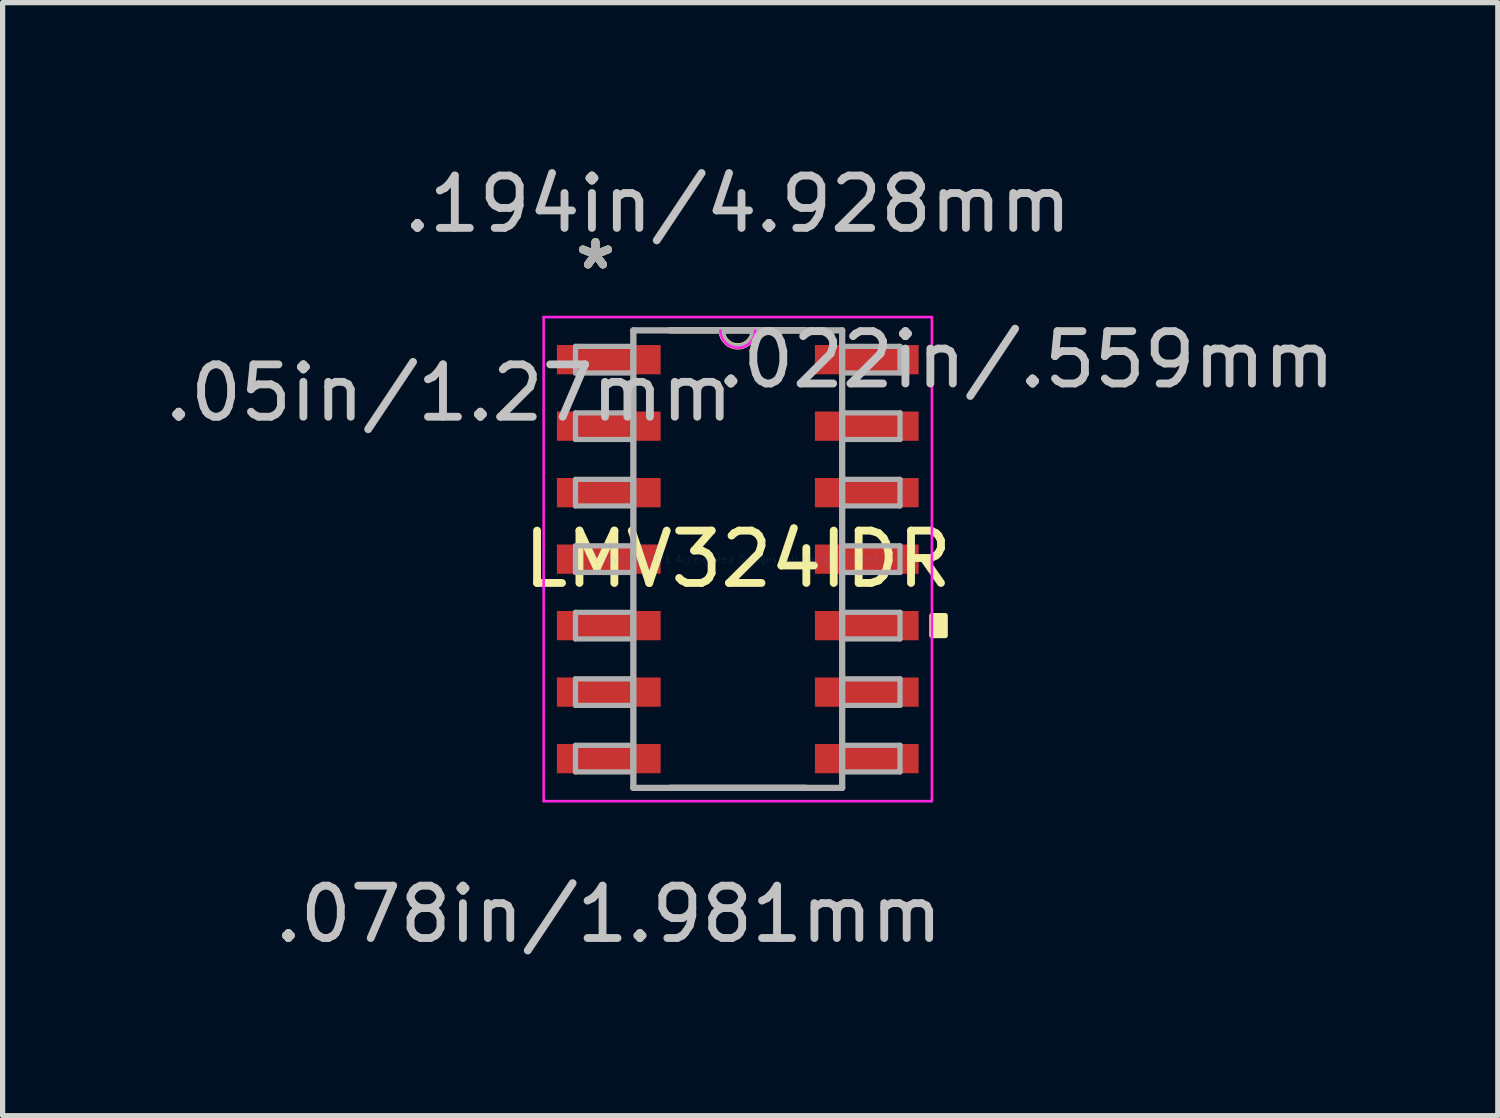
<source format=kicad_pcb>
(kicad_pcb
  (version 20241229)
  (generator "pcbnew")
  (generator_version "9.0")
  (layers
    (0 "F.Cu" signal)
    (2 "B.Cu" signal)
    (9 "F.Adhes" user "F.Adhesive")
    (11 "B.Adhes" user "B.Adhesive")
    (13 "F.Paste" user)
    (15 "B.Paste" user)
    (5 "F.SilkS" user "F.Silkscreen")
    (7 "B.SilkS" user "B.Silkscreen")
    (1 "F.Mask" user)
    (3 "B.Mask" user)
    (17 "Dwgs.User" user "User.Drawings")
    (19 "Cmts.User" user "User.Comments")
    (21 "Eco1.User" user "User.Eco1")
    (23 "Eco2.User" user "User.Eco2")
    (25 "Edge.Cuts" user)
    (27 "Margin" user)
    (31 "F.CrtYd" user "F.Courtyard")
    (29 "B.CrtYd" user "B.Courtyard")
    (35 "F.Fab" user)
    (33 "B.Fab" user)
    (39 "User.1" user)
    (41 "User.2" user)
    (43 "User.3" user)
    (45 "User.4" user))
  (footprint "LMV324IDR"
    (layer "F.Cu")
    (at 11.042 7.63)
    (property "Reference" "LMV324IDR" (at 0 0 0) (layer "F.SilkS") (effects (font (size 1 1) (thickness 0.15))))
    (attr through_hole)
    (fp_line (start -1.293 4.369) (end 1.293 4.369) (stroke (width 0.12) (type solid)) (layer "F.SilkS"))
    (fp_line (start 1.293 -4.369) (end -1.293 -4.369) (stroke (width 0.12) (type solid)) (layer "F.SilkS"))
    (fp_arc (start 0.3048 -4.3688) (mid 0 -4.064) (end -0.3048 -4.3688) (stroke (width 0.12) (type solid)) (layer "F.SilkS"))
    (fp_poly (pts (xy 3.962 1.079) (xy 3.962 1.46) (xy 3.708 1.46) (xy 3.708 1.079)) (stroke (width 0.1) (type solid)) (fill yes) (layer "F.SilkS"))
    (fp_line (start -3.708 -4.623) (end 3.708 -4.623) (stroke (width 0.05) (type solid)) (layer "F.CrtYd"))
    (fp_line (start -3.708 4.623) (end -3.708 -4.623) (stroke (width 0.05) (type solid)) (layer "F.CrtYd"))
    (fp_line (start 3.708 -4.623) (end 3.708 4.623) (stroke (width 0.05) (type solid)) (layer "F.CrtYd"))
    (fp_line (start 3.708 4.623) (end -3.708 4.623) (stroke (width 0.05) (type solid)) (layer "F.CrtYd"))
    (fp_arc (start 0.332317 -4.3688) (mid 0 -4.036483) (end -0.332317 -4.3688) (stroke (width 0.05) (type solid)) (layer "F.CrtYd"))
    (fp_line (start -3.099 -4.064) (end -3.099 -3.556) (stroke (width 0.1) (type solid)) (layer "F.Fab"))
    (fp_line (start -3.099 -3.556) (end -1.994 -3.556) (stroke (width 0.1) (type solid)) (layer "F.Fab"))
    (fp_line (start -3.099 -2.794) (end -3.099 -2.286) (stroke (width 0.1) (type solid)) (layer "F.Fab"))
    (fp_line (start -3.099 -2.286) (end -1.994 -2.286) (stroke (width 0.1) (type solid)) (layer "F.Fab"))
    (fp_line (start -3.099 -1.524) (end -3.099 -1.016) (stroke (width 0.1) (type solid)) (layer "F.Fab"))
    (fp_line (start -3.099 -1.016) (end -1.994 -1.016) (stroke (width 0.1) (type solid)) (layer "F.Fab"))
    (fp_line (start -3.099 -0.254) (end -3.099 0.254) (stroke (width 0.1) (type solid)) (layer "F.Fab"))
    (fp_line (start -3.099 0.254) (end -1.994 0.254) (stroke (width 0.1) (type solid)) (layer "F.Fab"))
    (fp_line (start -3.099 1.016) (end -3.099 1.524) (stroke (width 0.1) (type solid)) (layer "F.Fab"))
    (fp_line (start -3.099 1.524) (end -1.994 1.524) (stroke (width 0.1) (type solid)) (layer "F.Fab"))
    (fp_line (start -3.099 2.286) (end -3.099 2.794) (stroke (width 0.1) (type solid)) (layer "F.Fab"))
    (fp_line (start -3.099 2.794) (end -1.994 2.794) (stroke (width 0.1) (type solid)) (layer "F.Fab"))
    (fp_line (start -3.099 3.556) (end -3.099 4.064) (stroke (width 0.1) (type solid)) (layer "F.Fab"))
    (fp_line (start -3.099 4.064) (end -1.994 4.064) (stroke (width 0.1) (type solid)) (layer "F.Fab"))
    (fp_line (start -1.994 -4.369) (end -1.994 4.369) (stroke (width 0.1) (type solid)) (layer "F.Fab"))
    (fp_line (start -1.994 -4.369) (end 1.994 -4.369) (stroke (width 0.12) (type solid)) (layer "F.Fab"))
    (fp_line (start -1.994 -4.064) (end -3.099 -4.064) (stroke (width 0.1) (type solid)) (layer "F.Fab"))
    (fp_line (start -1.994 -3.556) (end -1.994 -4.064) (stroke (width 0.1) (type solid)) (layer "F.Fab"))
    (fp_line (start -1.994 -2.794) (end -3.099 -2.794) (stroke (width 0.1) (type solid)) (layer "F.Fab"))
    (fp_line (start -1.994 -2.286) (end -1.994 -2.794) (stroke (width 0.1) (type solid)) (layer "F.Fab"))
    (fp_line (start -1.994 -1.524) (end -3.099 -1.524) (stroke (width 0.1) (type solid)) (layer "F.Fab"))
    (fp_line (start -1.994 -1.016) (end -1.994 -1.524) (stroke (width 0.1) (type solid)) (layer "F.Fab"))
    (fp_line (start -1.994 -0.254) (end -3.099 -0.254) (stroke (width 0.1) (type solid)) (layer "F.Fab"))
    (fp_line (start -1.994 0.254) (end -1.994 -0.254) (stroke (width 0.1) (type solid)) (layer "F.Fab"))
    (fp_line (start -1.994 1.016) (end -3.099 1.016) (stroke (width 0.1) (type solid)) (layer "F.Fab"))
    (fp_line (start -1.994 1.524) (end -1.994 1.016) (stroke (width 0.1) (type solid)) (layer "F.Fab"))
    (fp_line (start -1.994 2.286) (end -3.099 2.286) (stroke (width 0.1) (type solid)) (layer "F.Fab"))
    (fp_line (start -1.994 2.794) (end -1.994 2.286) (stroke (width 0.1) (type solid)) (layer "F.Fab"))
    (fp_line (start -1.994 3.556) (end -3.099 3.556) (stroke (width 0.1) (type solid)) (layer "F.Fab"))
    (fp_line (start -1.994 4.064) (end -1.994 3.556) (stroke (width 0.1) (type solid)) (layer "F.Fab"))
    (fp_line (start -1.994 4.369) (end -1.994 -4.369) (stroke (width 0.12) (type solid)) (layer "F.Fab"))
    (fp_line (start -1.994 4.369) (end 1.994 4.369) (stroke (width 0.1) (type solid)) (layer "F.Fab"))
    (fp_line (start 1.994 -4.369) (end -1.994 -4.369) (stroke (width 0.1) (type solid)) (layer "F.Fab"))
    (fp_line (start 1.994 -4.369) (end 1.994 4.369) (stroke (width 0.12) (type solid)) (layer "F.Fab"))
    (fp_line (start 1.994 -4.064) (end 1.994 -3.556) (stroke (width 0.1) (type solid)) (layer "F.Fab"))
    (fp_line (start 1.994 -3.556) (end 3.099 -3.556) (stroke (width 0.1) (type solid)) (layer "F.Fab"))
    (fp_line (start 1.994 -2.794) (end 1.994 -2.286) (stroke (width 0.1) (type solid)) (layer "F.Fab"))
    (fp_line (start 1.994 -2.286) (end 3.099 -2.286) (stroke (width 0.1) (type solid)) (layer "F.Fab"))
    (fp_line (start 1.994 -1.524) (end 1.994 -1.016) (stroke (width 0.1) (type solid)) (layer "F.Fab"))
    (fp_line (start 1.994 -1.016) (end 3.099 -1.016) (stroke (width 0.1) (type solid)) (layer "F.Fab"))
    (fp_line (start 1.994 -0.254) (end 1.994 0.254) (stroke (width 0.1) (type solid)) (layer "F.Fab"))
    (fp_line (start 1.994 0.254) (end 3.099 0.254) (stroke (width 0.1) (type solid)) (layer "F.Fab"))
    (fp_line (start 1.994 1.016) (end 1.994 1.524) (stroke (width 0.1) (type solid)) (layer "F.Fab"))
    (fp_line (start 1.994 1.524) (end 3.099 1.524) (stroke (width 0.1) (type solid)) (layer "F.Fab"))
    (fp_line (start 1.994 2.286) (end 1.994 2.794) (stroke (width 0.1) (type solid)) (layer "F.Fab"))
    (fp_line (start 1.994 2.794) (end 3.099 2.794) (stroke (width 0.1) (type solid)) (layer "F.Fab"))
    (fp_line (start 1.994 3.556) (end 1.994 4.064) (stroke (width 0.1) (type solid)) (layer "F.Fab"))
    (fp_line (start 1.994 4.064) (end 3.099 4.064) (stroke (width 0.1) (type solid)) (layer "F.Fab"))
    (fp_line (start 1.994 4.369) (end -1.994 4.369) (stroke (width 0.12) (type solid)) (layer "F.Fab"))
    (fp_line (start 1.994 4.369) (end 1.994 -4.369) (stroke (width 0.1) (type solid)) (layer "F.Fab"))
    (fp_line (start 3.099 -4.064) (end 1.994 -4.064) (stroke (width 0.1) (type solid)) (layer "F.Fab"))
    (fp_line (start 3.099 -3.556) (end 3.099 -4.064) (stroke (width 0.1) (type solid)) (layer "F.Fab"))
    (fp_line (start 3.099 -2.794) (end 1.994 -2.794) (stroke (width 0.1) (type solid)) (layer "F.Fab"))
    (fp_line (start 3.099 -2.286) (end 3.099 -2.794) (stroke (width 0.1) (type solid)) (layer "F.Fab"))
    (fp_line (start 3.099 -1.524) (end 1.994 -1.524) (stroke (width 0.1) (type solid)) (layer "F.Fab"))
    (fp_line (start 3.099 -1.016) (end 3.099 -1.524) (stroke (width 0.1) (type solid)) (layer "F.Fab"))
    (fp_line (start 3.099 -0.254) (end 1.994 -0.254) (stroke (width 0.1) (type solid)) (layer "F.Fab"))
    (fp_line (start 3.099 0.254) (end 3.099 -0.254) (stroke (width 0.1) (type solid)) (layer "F.Fab"))
    (fp_line (start 3.099 1.016) (end 1.994 1.016) (stroke (width 0.1) (type solid)) (layer "F.Fab"))
    (fp_line (start 3.099 1.524) (end 3.099 1.016) (stroke (width 0.1) (type solid)) (layer "F.Fab"))
    (fp_line (start 3.099 2.286) (end 1.994 2.286) (stroke (width 0.1) (type solid)) (layer "F.Fab"))
    (fp_line (start 3.099 2.794) (end 3.099 2.286) (stroke (width 0.1) (type solid)) (layer "F.Fab"))
    (fp_line (start 3.099 3.556) (end 1.994 3.556) (stroke (width 0.1) (type solid)) (layer "F.Fab"))
    (fp_line (start 3.099 4.064) (end 3.099 3.556) (stroke (width 0.1) (type solid)) (layer "F.Fab"))
    (fp_arc (start 0.3048 -4.3688) (mid 0 -4.064) (end -0.3048 -4.3688) (stroke (width 0.1) (type solid)) (layer "F.Fab"))
    (fp_text user "*" (at -2.718 -5.512 0) (layer "F.SilkS") (effects (font (size 1 1) (thickness 0.15))))
    (fp_text user "*" (at -2.718 -5.512 0) (layer "F.SilkS") (effects (font (size 1 1) (thickness 0.15))))
    (fp_text user ".078in/1.981mm" (at -2.464 6.782 0) (layer "Dwgs.User") (effects (font (size 1 1) (thickness 0.15))))
    (fp_text user ".194in/4.928mm" (at 0 -6.782 0) (layer "Dwgs.User") (effects (font (size 1 1) (thickness 0.15))))
    (fp_text user ".022in/.559mm" (at 5.512 -3.81 0) (layer "Dwgs.User") (effects (font (size 1 1) (thickness 0.15))))
    (fp_text user ".05in/1.27mm" (at -5.512 -3.175 0) (layer "Dwgs.User") (effects (font (size 1 1) (thickness 0.15))))
    (fp_text user "Copyright 2021 Accelerated Designs. All rights reserved." (at 0 0 0) (layer "Cmts.User") (effects (font (size 0.127 0.127) (thickness 0.002))))
    (fp_text user "*" (at -2.718 -5.512 0) (layer "F.Fab") (effects (font (size 1 1) (thickness 0.15))))
    (fp_text user "*" (at -2.718 -5.512 0) (layer "F.Fab") (effects (font (size 1 1) (thickness 0.15))))
    (pad "1" smd rect (at -2.464 -3.81) (size 1.981 0.559) (layers "F.Cu" "F.Mask" "F.Paste"))
    (pad "2" smd rect (at -2.464 -2.54) (size 1.981 0.559) (layers "F.Cu" "F.Mask" "F.Paste"))
    (pad "3" smd rect (at -2.464 -1.27) (size 1.981 0.559) (layers "F.Cu" "F.Mask" "F.Paste"))
    (pad "4" smd rect (at -2.464 0) (size 1.981 0.559) (layers "F.Cu" "F.Mask" "F.Paste"))
    (pad "5" smd rect (at -2.464 1.27) (size 1.981 0.559) (layers "F.Cu" "F.Mask" "F.Paste"))
    (pad "6" smd rect (at -2.464 2.54) (size 1.981 0.559) (layers "F.Cu" "F.Mask" "F.Paste"))
    (pad "7" smd rect (at -2.464 3.81) (size 1.981 0.559) (layers "F.Cu" "F.Mask" "F.Paste"))
    (pad "8" smd rect (at 2.464 3.81) (size 1.981 0.559) (layers "F.Cu" "F.Mask" "F.Paste"))
    (pad "9" smd rect (at 2.464 2.54) (size 1.981 0.559) (layers "F.Cu" "F.Mask" "F.Paste"))
    (pad "10" smd rect (at 2.464 1.27) (size 1.981 0.559) (layers "F.Cu" "F.Mask" "F.Paste"))
    (pad "11" smd rect (at 2.464 0) (size 1.981 0.559) (layers "F.Cu" "F.Mask" "F.Paste"))
    (pad "12" smd rect (at 2.464 -1.27) (size 1.981 0.559) (layers "F.Cu" "F.Mask" "F.Paste"))
    (pad "13" smd rect (at 2.464 -2.54) (size 1.981 0.559) (layers "F.Cu" "F.Mask" "F.Paste"))
    (pad "14" smd rect (at 2.464 -3.81) (size 1.981 0.559) (layers "F.Cu" "F.Mask" "F.Paste")))
  (gr_rect
    (start -3 -3)
    (end 25.559 18.26)
    (stroke (width 0.1) (type default))
    (fill no)
    (layer "Edge.Cuts")))
</source>
